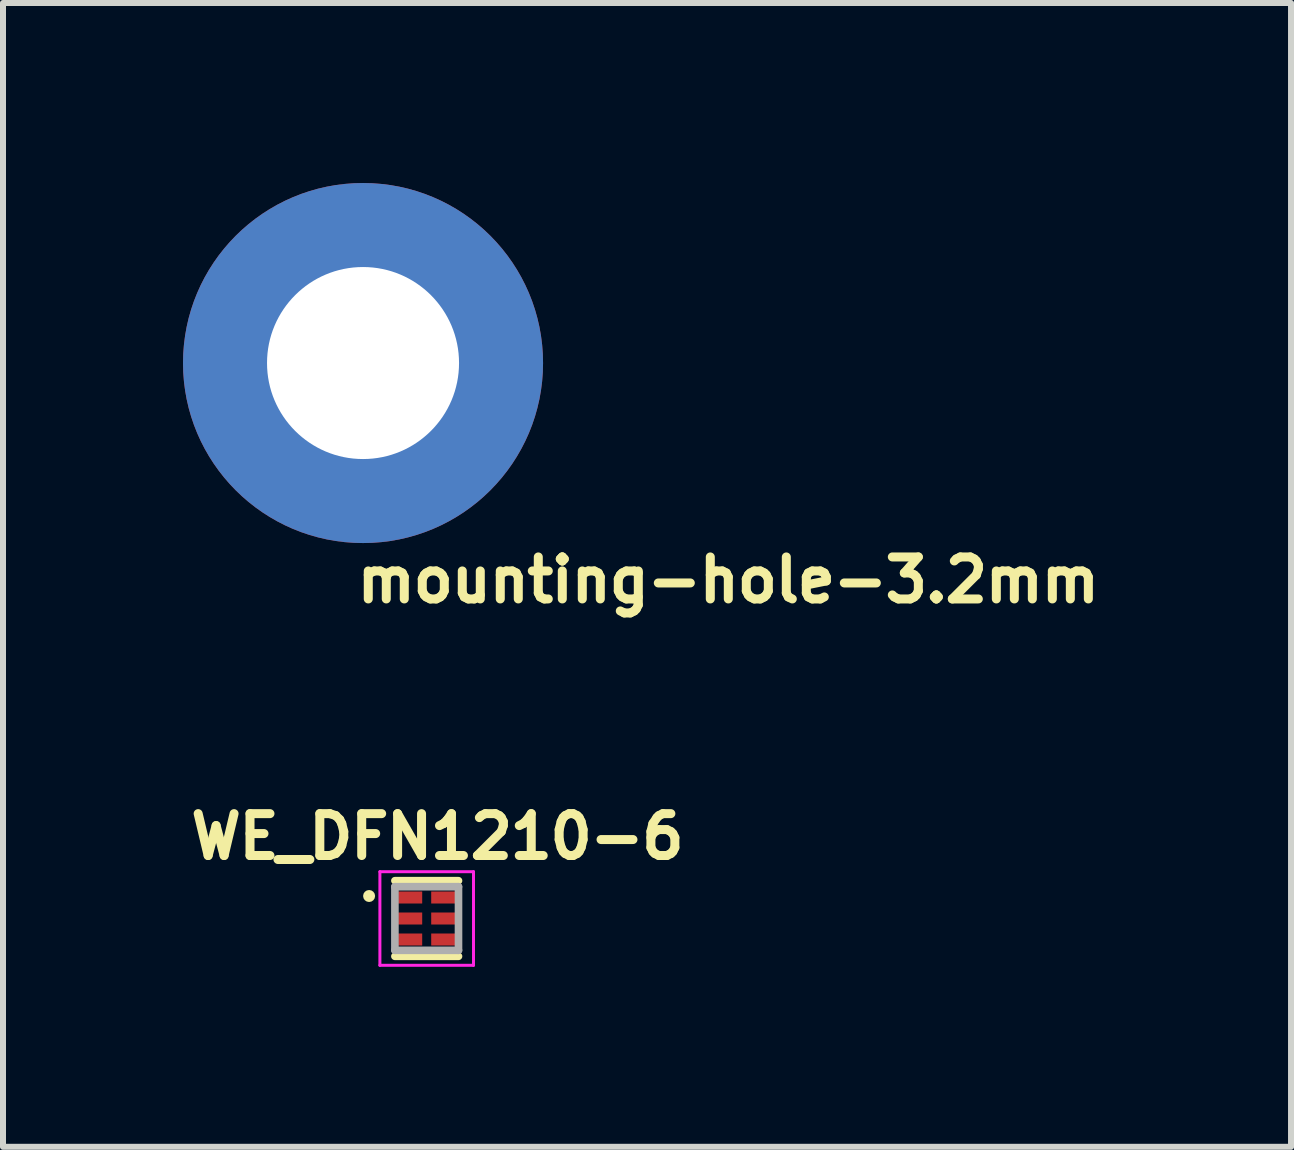
<source format=kicad_pcb>
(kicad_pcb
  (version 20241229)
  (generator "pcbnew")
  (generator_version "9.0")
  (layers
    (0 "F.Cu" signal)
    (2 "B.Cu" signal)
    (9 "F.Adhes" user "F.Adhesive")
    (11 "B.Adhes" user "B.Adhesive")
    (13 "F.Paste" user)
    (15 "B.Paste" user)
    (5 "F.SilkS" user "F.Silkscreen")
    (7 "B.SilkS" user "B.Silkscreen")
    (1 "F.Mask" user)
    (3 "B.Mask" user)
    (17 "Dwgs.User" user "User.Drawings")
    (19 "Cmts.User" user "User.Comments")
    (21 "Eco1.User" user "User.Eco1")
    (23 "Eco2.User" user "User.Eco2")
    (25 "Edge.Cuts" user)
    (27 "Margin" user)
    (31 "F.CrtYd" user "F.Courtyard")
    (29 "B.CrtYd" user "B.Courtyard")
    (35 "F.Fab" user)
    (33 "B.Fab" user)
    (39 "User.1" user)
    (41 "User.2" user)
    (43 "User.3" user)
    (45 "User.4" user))
  (footprint "mounting-hole-3.2mm"
    (layer "F.Cu")
    (at 3 3)
    (property "Reference" "mounting-hole-3.2mm" (at -0.178 4.025 0) (layer "F.SilkS") (effects (font (size 0.7 0.7) (thickness 0.15)) (justify left bottom)))
    (attr through_hole)
    (pad "1" thru_hole circle (at 0 0) (size 6 6) (drill 3.2) (layers "*.Cu" "*.Mask")))
  (footprint "WE_DFN1210-6"
    (layer "F.Cu")
    (at 4.061 12.257)
    (property "Reference" "WE_DFN1210-6" (at 0.18 -1.365 0) (layer "F.SilkS") (effects (font (size 0.698 0.698) (thickness 0.15))))
    (attr through_hole)
    (fp_line (start -0.53 -0.63) (end 0.53 -0.63) (stroke (width 0.127) (type solid)) (layer "F.SilkS"))
    (fp_line (start -0.53 0.63) (end 0.53 0.63) (stroke (width 0.127) (type solid)) (layer "F.SilkS"))
    (fp_circle (center -0.96 -0.375) (end -0.91 -0.375) (stroke (width 0.1) (type solid)) (fill no) (layer "F.SilkS"))
    (fp_line (start -0.78 -0.78) (end 0.78 -0.78) (stroke (width 0.05) (type solid)) (layer "F.CrtYd"))
    (fp_line (start -0.78 0.78) (end -0.78 -0.78) (stroke (width 0.05) (type solid)) (layer "F.CrtYd"))
    (fp_line (start 0.78 -0.78) (end 0.78 0.78) (stroke (width 0.05) (type solid)) (layer "F.CrtYd"))
    (fp_line (start 0.78 0.78) (end -0.78 0.78) (stroke (width 0.05) (type solid)) (layer "F.CrtYd"))
    (fp_line (start -0.53 -0.53) (end 0.53 -0.53) (stroke (width 0.127) (type solid)) (layer "F.Fab"))
    (fp_line (start -0.53 0.53) (end -0.53 -0.53) (stroke (width 0.127) (type solid)) (layer "F.Fab"))
    (fp_line (start 0.53 -0.53) (end 0.53 0.53) (stroke (width 0.127) (type solid)) (layer "F.Fab"))
    (fp_line (start 0.53 0.53) (end -0.53 0.53) (stroke (width 0.127) (type solid)) (layer "F.Fab"))
    (pad "1" smd rect (at -0.275 -0.35) (size 0.4 0.2) (layers "F.Cu" "F.Mask" "F.Paste"))
    (pad "2" smd rect (at -0.275 0) (size 0.4 0.2) (layers "F.Cu" "F.Mask" "F.Paste"))
    (pad "3" smd rect (at -0.275 0.35) (size 0.4 0.2) (layers "F.Cu" "F.Mask" "F.Paste"))
    (pad "4" smd rect (at 0.275 0.35) (size 0.4 0.2) (layers "F.Cu" "F.Mask" "F.Paste"))
    (pad "5" smd rect (at 0.275 0) (size 0.4 0.2) (layers "F.Cu" "F.Mask" "F.Paste"))
    (pad "6" smd rect (at 0.275 -0.35) (size 0.4 0.2) (layers "F.Cu" "F.Mask" "F.Paste")))
  (gr_rect
    (start -3 -3)
    (end 18.465 16.062)
    (stroke (width 0.1) (type default))
    (fill no)
    (layer "Edge.Cuts")))
</source>
